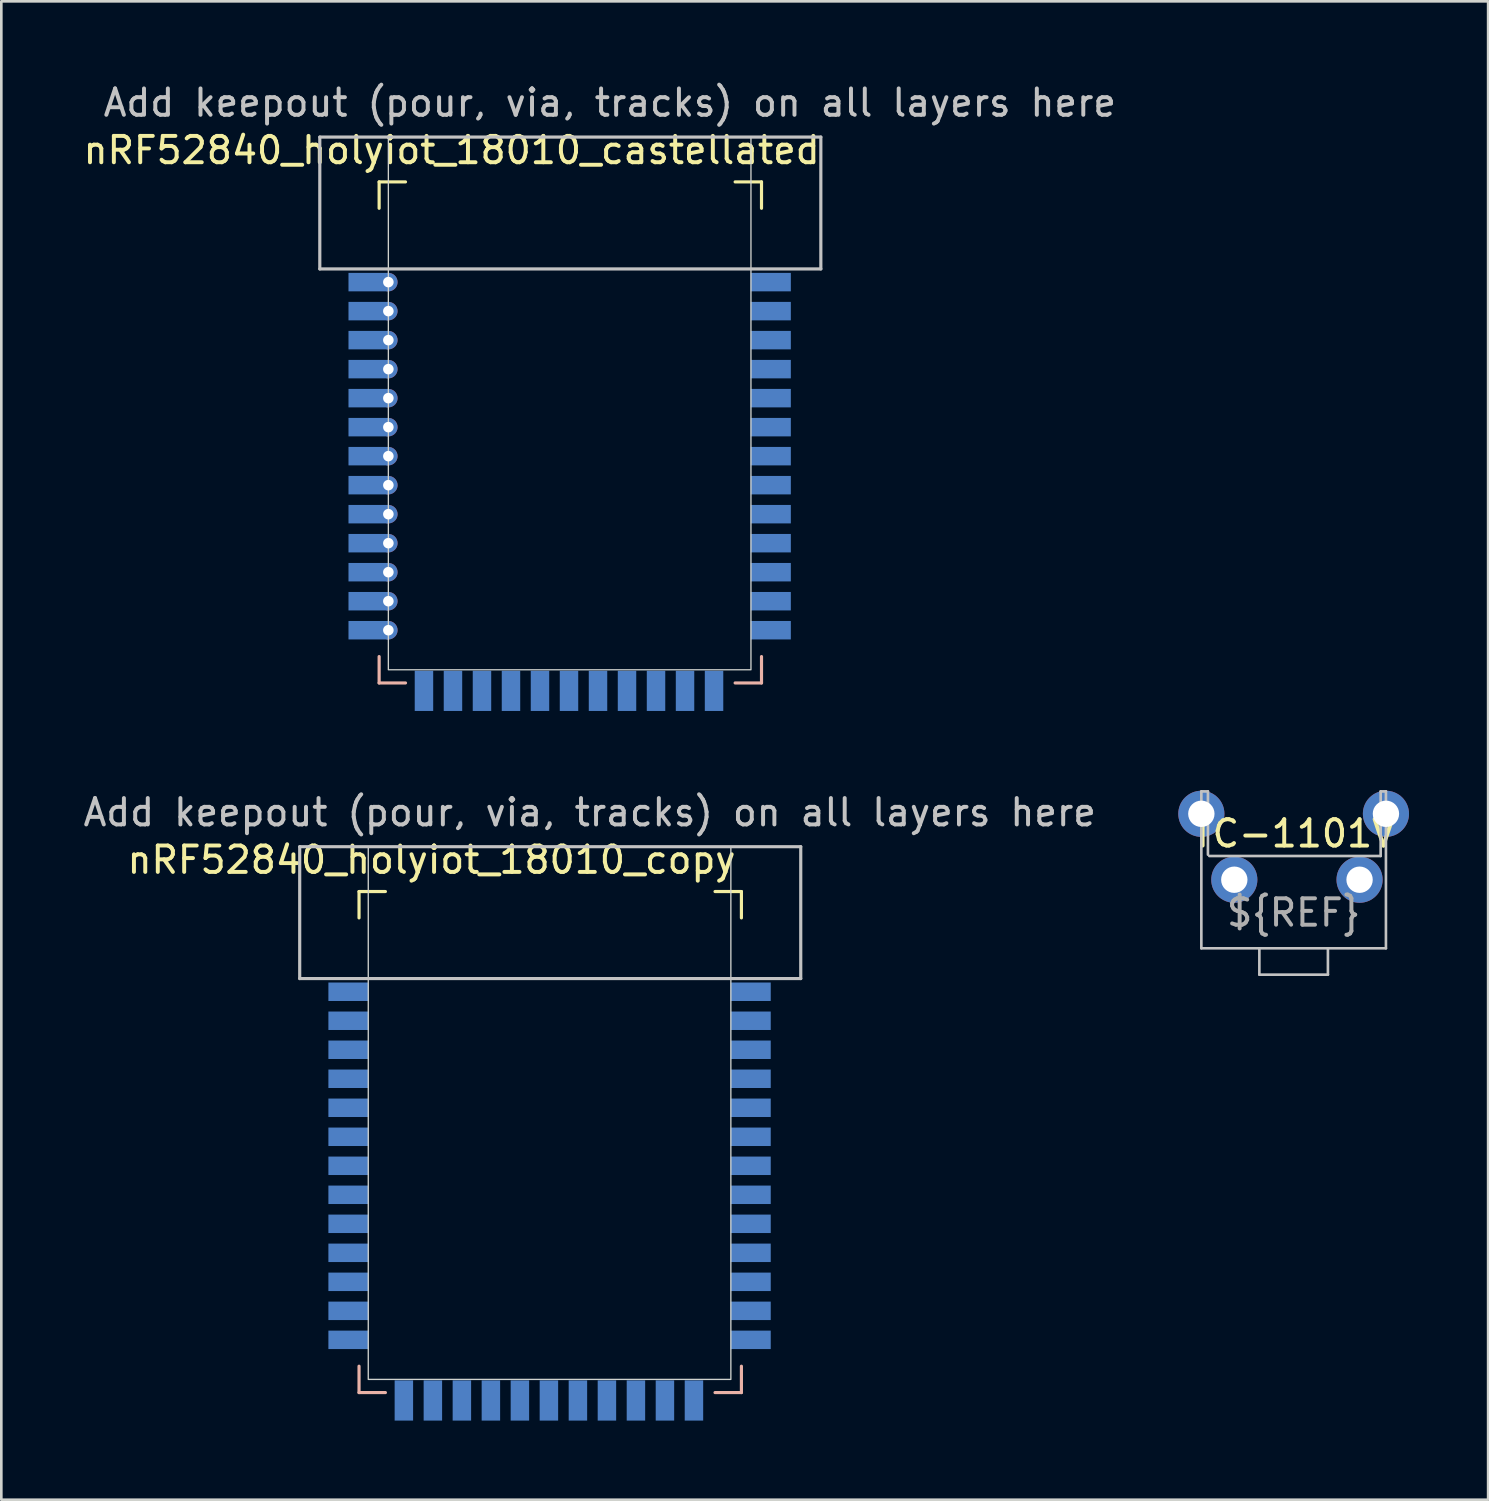
<source format=kicad_pcb>
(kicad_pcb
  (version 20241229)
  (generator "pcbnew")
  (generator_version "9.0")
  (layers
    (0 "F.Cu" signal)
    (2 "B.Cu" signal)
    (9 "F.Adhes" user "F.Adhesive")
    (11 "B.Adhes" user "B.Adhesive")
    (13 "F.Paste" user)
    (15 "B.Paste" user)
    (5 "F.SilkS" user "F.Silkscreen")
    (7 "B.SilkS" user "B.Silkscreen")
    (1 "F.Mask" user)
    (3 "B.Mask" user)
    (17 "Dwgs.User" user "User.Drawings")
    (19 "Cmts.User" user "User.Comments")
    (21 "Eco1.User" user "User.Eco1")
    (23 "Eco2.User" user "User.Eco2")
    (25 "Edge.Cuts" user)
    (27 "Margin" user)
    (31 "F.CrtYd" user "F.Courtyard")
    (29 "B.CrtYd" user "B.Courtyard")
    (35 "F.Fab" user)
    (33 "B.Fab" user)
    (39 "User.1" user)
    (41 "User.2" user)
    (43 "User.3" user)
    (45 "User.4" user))
  (footprint "nRF52840_holyiot_18010_castellated"
    (layer "F.Cu")
    (at 18.577 13.348)
    (property "Reference" "nRF52840_holyiot_18010_castellated" (at -4.5 -10.7 0) (layer "F.SilkS") (effects (font (size 1 1) (thickness 0.15))))
    (attr through_hole)
    (fp_line (start -7.25 -9.5) (end -7.25 -8.5) (stroke (width 0.12) (type solid)) (layer "F.SilkS"))
    (fp_line (start -7.25 -9.5) (end -6.25 -9.5) (stroke (width 0.12) (type solid)) (layer "F.SilkS"))
    (fp_line (start 6.25 -9.5) (end 7.25 -9.5) (stroke (width 0.12) (type solid)) (layer "F.SilkS"))
    (fp_line (start 7.25 -9.5) (end 7.25 -8.5) (stroke (width 0.12) (type solid)) (layer "F.SilkS"))
    (fp_line (start -7.25 8.5) (end -7.25 9.5) (stroke (width 0.12) (type solid)) (layer "B.SilkS"))
    (fp_line (start -6.25 9.5) (end -7.25 9.5) (stroke (width 0.12) (type solid)) (layer "B.SilkS"))
    (fp_line (start 6.25 9.5) (end 7.25 9.5) (stroke (width 0.12) (type solid)) (layer "B.SilkS"))
    (fp_line (start 7.25 8.5) (end 7.25 9.5) (stroke (width 0.12) (type solid)) (layer "B.SilkS"))
    (fp_line (start -9.5 -11.2) (end 9.5 -11.2) (stroke (width 0.12) (type solid)) (layer "Dwgs.User"))
    (fp_line (start -9.5 -6.2) (end -9.5 -11.2) (stroke (width 0.12) (type solid)) (layer "Dwgs.User"))
    (fp_line (start 9.5 -11.2) (end 9.5 -6.2) (stroke (width 0.12) (type solid)) (layer "Dwgs.User"))
    (fp_line (start 9.5 -6.2) (end -9.5 -6.2) (stroke (width 0.12) (type solid)) (layer "Dwgs.User"))
    (fp_rect (start -6.9 -11.2) (end 6.85 9) (stroke (width 0.05) (type solid)) (fill no) (layer "Edge.Cuts"))
    (fp_text user "Add keepout (pour, via, tracks) on all layers here" (at 1.5 -12.5 0) (layer "Dwgs.User") (effects (font (size 1 1) (thickness 0.15))))
    (pad "1" smd rect (at -7.65 -5.7) (size 1.524 0.7) (layers "B.Cu" "B.Mask" "B.Paste"))
    (pad "1" thru_hole circle (at -6.9 -5.7) (size 0.7 0.7) (drill 0.4) (layers "*.Cu" "*.Mask"))
    (pad "2" smd rect (at -7.65 -4.6) (size 1.524 0.7) (layers "B.Cu" "B.Mask" "B.Paste"))
    (pad "2" thru_hole circle (at -6.9 -4.6) (size 0.7 0.7) (drill 0.4) (layers "*.Cu" "*.Mask"))
    (pad "3" smd rect (at -7.65 -3.5) (size 1.524 0.7) (layers "B.Cu" "B.Mask" "B.Paste"))
    (pad "3" thru_hole circle (at -6.9 -3.5) (size 0.7 0.7) (drill 0.4) (layers "*.Cu" "*.Mask"))
    (pad "4" smd rect (at -7.65 -2.4) (size 1.524 0.7) (layers "B.Cu" "B.Mask" "B.Paste"))
    (pad "4" thru_hole circle (at -6.9 -2.4) (size 0.7 0.7) (drill 0.4) (layers "*.Cu" "*.Mask"))
    (pad "5" smd rect (at -7.65 -1.3) (size 1.524 0.7) (layers "B.Cu" "B.Mask" "B.Paste"))
    (pad "5" thru_hole circle (at -6.9 -1.3) (size 0.7 0.7) (drill 0.4) (layers "*.Cu" "*.Mask"))
    (pad "6" smd rect (at -7.65 -0.2) (size 1.524 0.7) (layers "B.Cu" "B.Mask" "B.Paste"))
    (pad "6" thru_hole circle (at -6.9 -0.2) (size 0.7 0.7) (drill 0.4) (layers "*.Cu" "*.Mask"))
    (pad "7" smd rect (at -7.65 0.9) (size 1.524 0.7) (layers "B.Cu" "B.Mask" "B.Paste"))
    (pad "7" thru_hole circle (at -6.9 0.9) (size 0.7 0.7) (drill 0.4) (layers "*.Cu" "*.Mask"))
    (pad "8" smd rect (at -7.65 2) (size 1.524 0.7) (layers "B.Cu" "B.Mask" "B.Paste"))
    (pad "8" thru_hole circle (at -6.9 2) (size 0.7 0.7) (drill 0.4) (layers "*.Cu" "*.Mask"))
    (pad "9" smd rect (at -7.65 3.1) (size 1.524 0.7) (layers "B.Cu" "B.Mask" "B.Paste"))
    (pad "9" thru_hole circle (at -6.9 3.1) (size 0.7 0.7) (drill 0.4) (layers "*.Cu" "*.Mask"))
    (pad "10" smd rect (at -7.65 4.2) (size 1.524 0.7) (layers "B.Cu" "B.Mask" "B.Paste"))
    (pad "10" thru_hole circle (at -6.9 4.2) (size 0.7 0.7) (drill 0.4) (layers "*.Cu" "*.Mask"))
    (pad "11" smd rect (at -7.65 5.3) (size 1.524 0.7) (layers "B.Cu" "B.Mask" "B.Paste"))
    (pad "11" thru_hole circle (at -6.9 5.3) (size 0.7 0.7) (drill 0.4) (layers "*.Cu" "*.Mask"))
    (pad "12" smd rect (at -7.65 6.4) (size 1.524 0.7) (layers "B.Cu" "B.Mask" "B.Paste"))
    (pad "12" thru_hole circle (at -6.9 6.4) (size 0.7 0.7) (drill 0.4) (layers "*.Cu" "*.Mask"))
    (pad "13" smd rect (at -7.65 7.5) (size 1.524 0.7) (layers "B.Cu" "B.Mask" "B.Paste"))
    (pad "13" thru_hole circle (at -6.9 7.5) (size 0.7 0.7) (drill 0.4) (layers "*.Cu" "*.Mask"))
    (pad "14" smd rect (at -5.55 9.8 90) (size 1.524 0.7) (layers "B.Cu" "B.Mask" "B.Paste"))
    (pad "15" smd rect (at -4.45 9.8 90) (size 1.524 0.7) (layers "B.Cu" "B.Mask" "B.Paste"))
    (pad "16" smd rect (at -3.35 9.8 90) (size 1.524 0.7) (layers "B.Cu" "B.Mask" "B.Paste"))
    (pad "17" smd rect (at -2.25 9.8 90) (size 1.524 0.7) (layers "B.Cu" "B.Mask" "B.Paste"))
    (pad "18" smd rect (at -1.15 9.8 90) (size 1.524 0.7) (layers "B.Cu" "B.Mask" "B.Paste"))
    (pad "19" smd rect (at -0.05 9.8 90) (size 1.524 0.7) (layers "B.Cu" "B.Mask" "B.Paste"))
    (pad "20" smd rect (at 1.05 9.8 90) (size 1.524 0.7) (layers "B.Cu" "B.Mask" "B.Paste"))
    (pad "21" smd rect (at 2.15 9.8 90) (size 1.524 0.7) (layers "B.Cu" "B.Mask" "B.Paste"))
    (pad "22" smd rect (at 3.25 9.8 90) (size 1.524 0.7) (layers "B.Cu" "B.Mask" "B.Paste"))
    (pad "23" smd rect (at 4.35 9.8 90) (size 1.524 0.7) (layers "B.Cu" "B.Mask" "B.Paste"))
    (pad "24" smd rect (at 5.45 9.8 90) (size 1.524 0.7) (layers "B.Cu" "B.Mask" "B.Paste"))
    (pad "25" smd rect (at 7.6 7.5 180) (size 1.524 0.7) (layers "B.Cu" "B.Mask" "B.Paste"))
    (pad "26" smd rect (at 7.6 6.4 180) (size 1.524 0.7) (layers "B.Cu" "B.Mask" "B.Paste"))
    (pad "27" smd rect (at 7.6 5.3 180) (size 1.524 0.7) (layers "B.Cu" "B.Mask" "B.Paste"))
    (pad "28" smd rect (at 7.6 4.2 180) (size 1.524 0.7) (layers "B.Cu" "B.Mask" "B.Paste"))
    (pad "29" smd rect (at 7.6 3.1 180) (size 1.524 0.7) (layers "B.Cu" "B.Mask" "B.Paste"))
    (pad "30" smd rect (at 7.6 2 180) (size 1.524 0.7) (layers "B.Cu" "B.Mask" "B.Paste"))
    (pad "31" smd rect (at 7.6 0.9 180) (size 1.524 0.7) (layers "B.Cu" "B.Mask" "B.Paste"))
    (pad "32" smd rect (at 7.6 -0.2 180) (size 1.524 0.7) (layers "B.Cu" "B.Mask" "B.Paste"))
    (pad "33" smd rect (at 7.6 -1.3 180) (size 1.524 0.7) (layers "B.Cu" "B.Mask" "B.Paste"))
    (pad "34" smd rect (at 7.6 -2.4 180) (size 1.524 0.7) (layers "B.Cu" "B.Mask" "B.Paste"))
    (pad "35" smd rect (at 7.6 -3.5 180) (size 1.524 0.7) (layers "B.Cu" "B.Mask" "B.Paste"))
    (pad "36" smd rect (at 7.6 -4.6 180) (size 1.524 0.7) (layers "B.Cu" "B.Mask" "B.Paste"))
    (pad "37" smd rect (at 7.6 -5.7 180) (size 1.524 0.7) (layers "B.Cu" "B.Mask" "B.Paste")))
  (footprint "TC-1101V"
    (layer "F.Cu")
    (at 46.006 29.06)
    (property "Reference" "TC-1101V" (at 0 -0.5 0) (unlocked yes) (layer "F.SilkS") (effects (font (size 1 1) (thickness 0.15))))
    (attr through_hole)
    (fp_line (start -3.5 -2.1) (end -3.25 -2.1) (stroke (width 0.1) (type solid)) (layer "Dwgs.User"))
    (fp_line (start -3.5 3.85) (end -3.5 -2.1) (stroke (width 0.1) (type solid)) (layer "Dwgs.User"))
    (fp_line (start -3.5 3.85) (end 3.5 3.85) (stroke (width 0.1) (type solid)) (layer "Dwgs.User"))
    (fp_line (start -3.25 -2.1) (end -3.25 0.3) (stroke (width 0.1) (type solid)) (layer "Dwgs.User"))
    (fp_line (start -3.2 0.35) (end 3.3 0.35) (stroke (width 0.1) (type solid)) (layer "Dwgs.User"))
    (fp_line (start -1.3 3.85) (end -1.3 4.85) (stroke (width 0.1) (type solid)) (layer "Dwgs.User"))
    (fp_line (start -1.3 4.85) (end 1.3 4.85) (stroke (width 0.1) (type solid)) (layer "Dwgs.User"))
    (fp_line (start 1.3 4.85) (end 1.3 3.85) (stroke (width 0.1) (type solid)) (layer "Dwgs.User"))
    (fp_line (start 3.3 -2.1) (end 3.5 -2.1) (stroke (width 0.1) (type solid)) (layer "Dwgs.User"))
    (fp_line (start 3.3 0.35) (end 3.3 -2.1) (stroke (width 0.1) (type solid)) (layer "Dwgs.User"))
    (fp_line (start 3.5 -2.1) (end 3.5 3.85) (stroke (width 0.1) (type solid)) (layer "Dwgs.User"))
    (fp_text user "${REF}" (at 0 2.5 0) (unlocked yes) (layer "F.Fab") (effects (font (size 1 1) (thickness 0.15))))
    (pad "1" thru_hole circle (at -2.25 1.25) (size 1.75 1.75) (drill 1) (layers "*.Cu" "*.Mask"))
    (pad "2" thru_hole circle (at 2.5 1.25) (size 1.75 1.75) (drill 1) (layers "*.Cu" "*.Mask"))
    (pad "3" thru_hole circle (at -3.5 -1.25) (size 1.75 1.75) (drill 1) (layers "*.Cu" "*.Mask"))
    (pad "3" thru_hole circle (at 3.5 -1.25) (size 1.75 1.75) (drill 1) (layers "*.Cu" "*.Mask")))
  (footprint "nRF52840_holyiot_18010_copy"
    (layer "F.Cu")
    (at 17.815 40.258)
    (property "Reference" "nRF52840_holyiot_18010_copy" (at -4.5 -10.7 0) (layer "F.SilkS") (effects (font (size 1 1) (thickness 0.15))))
    (attr through_hole)
    (fp_line (start -7.25 -9.5) (end -7.25 -8.5) (stroke (width 0.12) (type solid)) (layer "F.SilkS"))
    (fp_line (start -7.25 -9.5) (end -6.25 -9.5) (stroke (width 0.12) (type solid)) (layer "F.SilkS"))
    (fp_line (start 6.25 -9.5) (end 7.25 -9.5) (stroke (width 0.12) (type solid)) (layer "F.SilkS"))
    (fp_line (start 7.25 -9.5) (end 7.25 -8.5) (stroke (width 0.12) (type solid)) (layer "F.SilkS"))
    (fp_line (start -7.25 8.5) (end -7.25 9.5) (stroke (width 0.12) (type solid)) (layer "B.SilkS"))
    (fp_line (start -6.25 9.5) (end -7.25 9.5) (stroke (width 0.12) (type solid)) (layer "B.SilkS"))
    (fp_line (start 6.25 9.5) (end 7.25 9.5) (stroke (width 0.12) (type solid)) (layer "B.SilkS"))
    (fp_line (start 7.25 8.5) (end 7.25 9.5) (stroke (width 0.12) (type solid)) (layer "B.SilkS"))
    (fp_line (start -9.5 -11.2) (end 9.5 -11.2) (stroke (width 0.12) (type solid)) (layer "Dwgs.User"))
    (fp_line (start -9.5 -6.2) (end -9.5 -11.2) (stroke (width 0.12) (type solid)) (layer "Dwgs.User"))
    (fp_line (start 9.5 -11.2) (end 9.5 -6.2) (stroke (width 0.12) (type solid)) (layer "Dwgs.User"))
    (fp_line (start 9.5 -6.2) (end -9.5 -6.2) (stroke (width 0.12) (type solid)) (layer "Dwgs.User"))
    (fp_rect (start -6.9 -11.2) (end 6.85 9) (stroke (width 0.05) (type solid)) (fill no) (layer "Edge.Cuts"))
    (fp_text user "Add keepout (pour, via, tracks) on all layers here" (at 1.5 -12.5 0) (layer "Dwgs.User") (effects (font (size 1 1) (thickness 0.15))))
    (pad "1" smd rect (at -7.65 -5.7) (size 1.524 0.7) (layers "B.Cu" "B.Mask" "B.Paste"))
    (pad "2" smd rect (at -7.65 -4.6) (size 1.524 0.7) (layers "B.Cu" "B.Mask" "B.Paste"))
    (pad "3" smd rect (at -7.65 -3.5) (size 1.524 0.7) (layers "B.Cu" "B.Mask" "B.Paste"))
    (pad "4" smd rect (at -7.65 -2.4) (size 1.524 0.7) (layers "B.Cu" "B.Mask" "B.Paste"))
    (pad "5" smd rect (at -7.65 -1.3) (size 1.524 0.7) (layers "B.Cu" "B.Mask" "B.Paste"))
    (pad "6" smd rect (at -7.65 -0.2) (size 1.524 0.7) (layers "B.Cu" "B.Mask" "B.Paste"))
    (pad "7" smd rect (at -7.65 0.9) (size 1.524 0.7) (layers "B.Cu" "B.Mask" "B.Paste"))
    (pad "8" smd rect (at -7.65 2) (size 1.524 0.7) (layers "B.Cu" "B.Mask" "B.Paste"))
    (pad "9" smd rect (at -7.65 3.1) (size 1.524 0.7) (layers "B.Cu" "B.Mask" "B.Paste"))
    (pad "10" smd rect (at -7.65 4.2) (size 1.524 0.7) (layers "B.Cu" "B.Mask" "B.Paste"))
    (pad "11" smd rect (at -7.65 5.3) (size 1.524 0.7) (layers "B.Cu" "B.Mask" "B.Paste"))
    (pad "12" smd rect (at -7.65 6.4) (size 1.524 0.7) (layers "B.Cu" "B.Mask" "B.Paste"))
    (pad "13" smd rect (at -7.65 7.5) (size 1.524 0.7) (layers "B.Cu" "B.Mask" "B.Paste"))
    (pad "14" smd rect (at -5.55 9.8 90) (size 1.524 0.7) (layers "B.Cu" "B.Mask" "B.Paste"))
    (pad "15" smd rect (at -4.45 9.8 90) (size 1.524 0.7) (layers "B.Cu" "B.Mask" "B.Paste"))
    (pad "16" smd rect (at -3.35 9.8 90) (size 1.524 0.7) (layers "B.Cu" "B.Mask" "B.Paste"))
    (pad "17" smd rect (at -2.25 9.8 90) (size 1.524 0.7) (layers "B.Cu" "B.Mask" "B.Paste"))
    (pad "18" smd rect (at -1.15 9.8 90) (size 1.524 0.7) (layers "B.Cu" "B.Mask" "B.Paste"))
    (pad "19" smd rect (at -0.05 9.8 90) (size 1.524 0.7) (layers "B.Cu" "B.Mask" "B.Paste"))
    (pad "20" smd rect (at 1.05 9.8 90) (size 1.524 0.7) (layers "B.Cu" "B.Mask" "B.Paste"))
    (pad "21" smd rect (at 2.15 9.8 90) (size 1.524 0.7) (layers "B.Cu" "B.Mask" "B.Paste"))
    (pad "22" smd rect (at 3.25 9.8 90) (size 1.524 0.7) (layers "B.Cu" "B.Mask" "B.Paste"))
    (pad "23" smd rect (at 4.35 9.8 90) (size 1.524 0.7) (layers "B.Cu" "B.Mask" "B.Paste"))
    (pad "24" smd rect (at 5.45 9.8 90) (size 1.524 0.7) (layers "B.Cu" "B.Mask" "B.Paste"))
    (pad "25" smd rect (at 7.6 7.5 180) (size 1.524 0.7) (layers "B.Cu" "B.Mask" "B.Paste"))
    (pad "26" smd rect (at 7.6 6.4 180) (size 1.524 0.7) (layers "B.Cu" "B.Mask" "B.Paste"))
    (pad "27" smd rect (at 7.6 5.3 180) (size 1.524 0.7) (layers "B.Cu" "B.Mask" "B.Paste"))
    (pad "28" smd rect (at 7.6 4.2 180) (size 1.524 0.7) (layers "B.Cu" "B.Mask" "B.Paste"))
    (pad "29" smd rect (at 7.6 3.1 180) (size 1.524 0.7) (layers "B.Cu" "B.Mask" "B.Paste"))
    (pad "30" smd rect (at 7.6 2 180) (size 1.524 0.7) (layers "B.Cu" "B.Mask" "B.Paste"))
    (pad "31" smd rect (at 7.6 0.9 180) (size 1.524 0.7) (layers "B.Cu" "B.Mask" "B.Paste"))
    (pad "32" smd rect (at 7.6 -0.2 180) (size 1.524 0.7) (layers "B.Cu" "B.Mask" "B.Paste"))
    (pad "33" smd rect (at 7.6 -1.3 180) (size 1.524 0.7) (layers "B.Cu" "B.Mask" "B.Paste"))
    (pad "34" smd rect (at 7.6 -2.4 180) (size 1.524 0.7) (layers "B.Cu" "B.Mask" "B.Paste"))
    (pad "35" smd rect (at 7.6 -3.5 180) (size 1.524 0.7) (layers "B.Cu" "B.Mask" "B.Paste"))
    (pad "36" smd rect (at 7.6 -4.6 180) (size 1.524 0.7) (layers "B.Cu" "B.Mask" "B.Paste"))
    (pad "37" smd rect (at 7.6 -5.7 180) (size 1.524 0.7) (layers "B.Cu" "B.Mask" "B.Paste")))
  (gr_rect
    (start -3 -3)
    (end 53.381 53.821)
    (stroke (width 0.1) (type default))
    (fill no)
    (layer "Edge.Cuts")))
</source>
